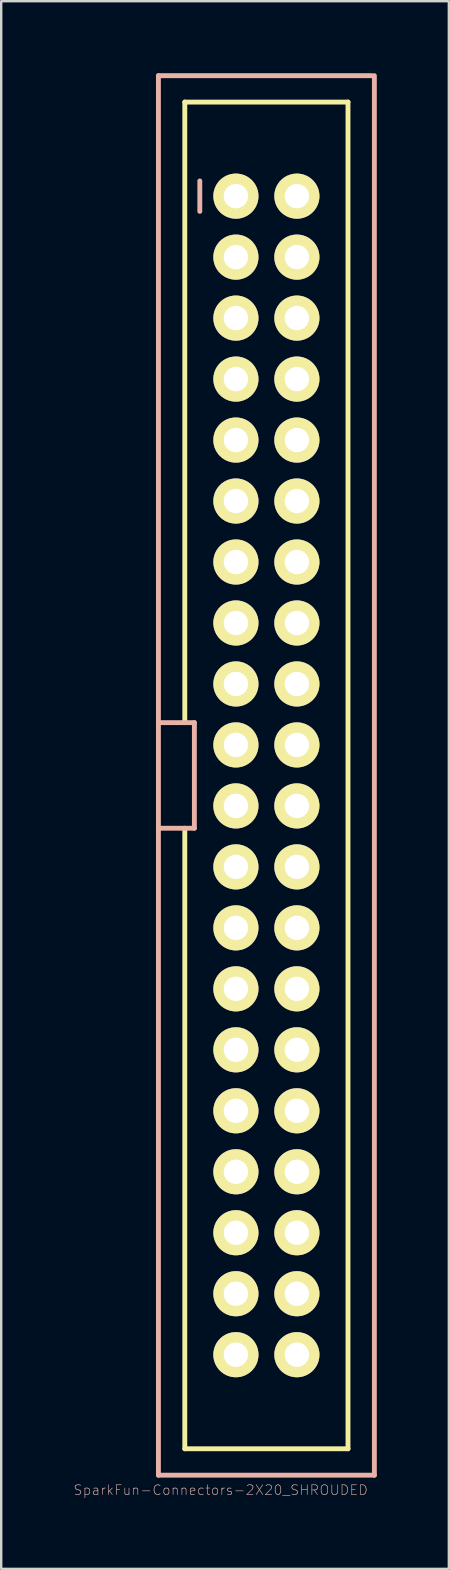
<source format=kicad_pcb>
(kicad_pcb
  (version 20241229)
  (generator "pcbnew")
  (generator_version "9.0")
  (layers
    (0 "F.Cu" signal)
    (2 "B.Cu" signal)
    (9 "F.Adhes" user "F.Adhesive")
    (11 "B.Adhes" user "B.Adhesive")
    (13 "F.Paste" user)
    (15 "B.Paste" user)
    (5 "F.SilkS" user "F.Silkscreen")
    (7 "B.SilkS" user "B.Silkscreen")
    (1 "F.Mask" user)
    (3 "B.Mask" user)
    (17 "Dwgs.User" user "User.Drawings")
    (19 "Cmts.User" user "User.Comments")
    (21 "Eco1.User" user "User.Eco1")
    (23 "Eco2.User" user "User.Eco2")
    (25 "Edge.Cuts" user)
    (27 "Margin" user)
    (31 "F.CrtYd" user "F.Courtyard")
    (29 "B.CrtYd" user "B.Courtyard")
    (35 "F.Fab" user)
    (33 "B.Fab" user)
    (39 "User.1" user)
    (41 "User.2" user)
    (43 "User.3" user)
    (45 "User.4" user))
  (footprint "SparkFun-Connectors-2X20_SHROUDED"
    (layer "F.Cu")
    (at 8.047 29.251)
    (property "Reference" "SparkFun-Connectors-2X20_SHROUDED" (at -1.905 29.769 0) (layer "B.SilkS") (effects (font (size 0.406 0.406) (thickness 0.025))))
    (attr exclude_from_pos_files exclude_from_bom)
    (fp_line (start -3.399 -28.049) (end -3.399 -2.2) (stroke (width 0.203) (type solid)) (layer "F.SilkS"))
    (fp_line (start -3.399 -28.049) (end 3.399 -28.049) (stroke (width 0.203) (type solid)) (layer "F.SilkS"))
    (fp_line (start -3.399 28.049) (end -3.399 2.2) (stroke (width 0.203) (type solid)) (layer "F.SilkS"))
    (fp_line (start -3.399 28.049) (end 3.399 28.049) (stroke (width 0.203) (type solid)) (layer "F.SilkS"))
    (fp_line (start -1.524 -24.384) (end -1.016 -24.384) (stroke (width 0.066) (type solid)) (layer "F.SilkS"))
    (fp_line (start -1.524 -23.876) (end -1.524 -24.384) (stroke (width 0.066) (type solid)) (layer "F.SilkS"))
    (fp_line (start -1.524 -23.876) (end -1.016 -23.876) (stroke (width 0.066) (type solid)) (layer "F.SilkS"))
    (fp_line (start -1.524 -21.844) (end -1.016 -21.844) (stroke (width 0.066) (type solid)) (layer "F.SilkS"))
    (fp_line (start -1.524 -21.336) (end -1.524 -21.844) (stroke (width 0.066) (type solid)) (layer "F.SilkS"))
    (fp_line (start -1.524 -21.336) (end -1.016 -21.336) (stroke (width 0.066) (type solid)) (layer "F.SilkS"))
    (fp_line (start -1.524 -19.304) (end -1.016 -19.304) (stroke (width 0.066) (type solid)) (layer "F.SilkS"))
    (fp_line (start -1.524 -18.796) (end -1.524 -19.304) (stroke (width 0.066) (type solid)) (layer "F.SilkS"))
    (fp_line (start -1.524 -18.796) (end -1.016 -18.796) (stroke (width 0.066) (type solid)) (layer "F.SilkS"))
    (fp_line (start -1.524 -16.764) (end -1.016 -16.764) (stroke (width 0.066) (type solid)) (layer "F.SilkS"))
    (fp_line (start -1.524 -16.764) (end -1.016 -16.764) (stroke (width 0.066) (type solid)) (layer "F.SilkS"))
    (fp_line (start -1.524 -16.256) (end -1.524 -16.764) (stroke (width 0.066) (type solid)) (layer "F.SilkS"))
    (fp_line (start -1.524 -16.256) (end -1.524 -16.764) (stroke (width 0.066) (type solid)) (layer "F.SilkS"))
    (fp_line (start -1.524 -16.256) (end -1.016 -16.256) (stroke (width 0.066) (type solid)) (layer "F.SilkS"))
    (fp_line (start -1.524 -16.256) (end -1.016 -16.256) (stroke (width 0.066) (type solid)) (layer "F.SilkS"))
    (fp_line (start -1.524 -14.224) (end -1.016 -14.224) (stroke (width 0.066) (type solid)) (layer "F.SilkS"))
    (fp_line (start -1.524 -13.716) (end -1.524 -14.224) (stroke (width 0.066) (type solid)) (layer "F.SilkS"))
    (fp_line (start -1.524 -13.716) (end -1.016 -13.716) (stroke (width 0.066) (type solid)) (layer "F.SilkS"))
    (fp_line (start -1.524 -11.684) (end -1.016 -11.684) (stroke (width 0.066) (type solid)) (layer "F.SilkS"))
    (fp_line (start -1.524 -11.176) (end -1.524 -11.684) (stroke (width 0.066) (type solid)) (layer "F.SilkS"))
    (fp_line (start -1.524 -11.176) (end -1.016 -11.176) (stroke (width 0.066) (type solid)) (layer "F.SilkS"))
    (fp_line (start -1.524 -9.144) (end -1.016 -9.144) (stroke (width 0.066) (type solid)) (layer "F.SilkS"))
    (fp_line (start -1.524 -8.636) (end -1.524 -9.144) (stroke (width 0.066) (type solid)) (layer "F.SilkS"))
    (fp_line (start -1.524 -8.636) (end -1.016 -8.636) (stroke (width 0.066) (type solid)) (layer "F.SilkS"))
    (fp_line (start -1.524 -6.604) (end -1.016 -6.604) (stroke (width 0.066) (type solid)) (layer "F.SilkS"))
    (fp_line (start -1.524 -6.096) (end -1.524 -6.604) (stroke (width 0.066) (type solid)) (layer "F.SilkS"))
    (fp_line (start -1.524 -6.096) (end -1.016 -6.096) (stroke (width 0.066) (type solid)) (layer "F.SilkS"))
    (fp_line (start -1.524 -4.064) (end -1.016 -4.064) (stroke (width 0.066) (type solid)) (layer "F.SilkS"))
    (fp_line (start -1.524 -4.064) (end -1.016 -4.064) (stroke (width 0.066) (type solid)) (layer "F.SilkS"))
    (fp_line (start -1.524 -3.556) (end -1.524 -4.064) (stroke (width 0.066) (type solid)) (layer "F.SilkS"))
    (fp_line (start -1.524 -3.556) (end -1.524 -4.064) (stroke (width 0.066) (type solid)) (layer "F.SilkS"))
    (fp_line (start -1.524 -3.556) (end -1.016 -3.556) (stroke (width 0.066) (type solid)) (layer "F.SilkS"))
    (fp_line (start -1.524 -3.556) (end -1.016 -3.556) (stroke (width 0.066) (type solid)) (layer "F.SilkS"))
    (fp_line (start -1.524 -1.524) (end -1.016 -1.524) (stroke (width 0.066) (type solid)) (layer "F.SilkS"))
    (fp_line (start -1.524 -1.016) (end -1.524 -1.524) (stroke (width 0.066) (type solid)) (layer "F.SilkS"))
    (fp_line (start -1.524 -1.016) (end -1.016 -1.016) (stroke (width 0.066) (type solid)) (layer "F.SilkS"))
    (fp_line (start -1.524 1.016) (end -1.016 1.016) (stroke (width 0.066) (type solid)) (layer "F.SilkS"))
    (fp_line (start -1.524 1.524) (end -1.524 1.016) (stroke (width 0.066) (type solid)) (layer "F.SilkS"))
    (fp_line (start -1.524 1.524) (end -1.016 1.524) (stroke (width 0.066) (type solid)) (layer "F.SilkS"))
    (fp_line (start -1.524 3.556) (end -1.016 3.556) (stroke (width 0.066) (type solid)) (layer "F.SilkS"))
    (fp_line (start -1.524 3.556) (end -1.016 3.556) (stroke (width 0.066) (type solid)) (layer "F.SilkS"))
    (fp_line (start -1.524 4.064) (end -1.524 3.556) (stroke (width 0.066) (type solid)) (layer "F.SilkS"))
    (fp_line (start -1.524 4.064) (end -1.524 3.556) (stroke (width 0.066) (type solid)) (layer "F.SilkS"))
    (fp_line (start -1.524 4.064) (end -1.016 4.064) (stroke (width 0.066) (type solid)) (layer "F.SilkS"))
    (fp_line (start -1.524 4.064) (end -1.016 4.064) (stroke (width 0.066) (type solid)) (layer "F.SilkS"))
    (fp_line (start -1.524 6.096) (end -1.016 6.096) (stroke (width 0.066) (type solid)) (layer "F.SilkS"))
    (fp_line (start -1.524 6.604) (end -1.524 6.096) (stroke (width 0.066) (type solid)) (layer "F.SilkS"))
    (fp_line (start -1.524 6.604) (end -1.016 6.604) (stroke (width 0.066) (type solid)) (layer "F.SilkS"))
    (fp_line (start -1.524 8.636) (end -1.016 8.636) (stroke (width 0.066) (type solid)) (layer "F.SilkS"))
    (fp_line (start -1.524 9.144) (end -1.524 8.636) (stroke (width 0.066) (type solid)) (layer "F.SilkS"))
    (fp_line (start -1.524 9.144) (end -1.016 9.144) (stroke (width 0.066) (type solid)) (layer "F.SilkS"))
    (fp_line (start -1.524 11.176) (end -1.016 11.176) (stroke (width 0.066) (type solid)) (layer "F.SilkS"))
    (fp_line (start -1.524 11.684) (end -1.524 11.176) (stroke (width 0.066) (type solid)) (layer "F.SilkS"))
    (fp_line (start -1.524 11.684) (end -1.016 11.684) (stroke (width 0.066) (type solid)) (layer "F.SilkS"))
    (fp_line (start -1.524 13.716) (end -1.016 13.716) (stroke (width 0.066) (type solid)) (layer "F.SilkS"))
    (fp_line (start -1.524 14.224) (end -1.524 13.716) (stroke (width 0.066) (type solid)) (layer "F.SilkS"))
    (fp_line (start -1.524 14.224) (end -1.016 14.224) (stroke (width 0.066) (type solid)) (layer "F.SilkS"))
    (fp_line (start -1.524 16.256) (end -1.016 16.256) (stroke (width 0.066) (type solid)) (layer "F.SilkS"))
    (fp_line (start -1.524 16.764) (end -1.524 16.256) (stroke (width 0.066) (type solid)) (layer "F.SilkS"))
    (fp_line (start -1.524 16.764) (end -1.016 16.764) (stroke (width 0.066) (type solid)) (layer "F.SilkS"))
    (fp_line (start -1.524 18.796) (end -1.016 18.796) (stroke (width 0.066) (type solid)) (layer "F.SilkS"))
    (fp_line (start -1.524 19.304) (end -1.524 18.796) (stroke (width 0.066) (type solid)) (layer "F.SilkS"))
    (fp_line (start -1.524 19.304) (end -1.016 19.304) (stroke (width 0.066) (type solid)) (layer "F.SilkS"))
    (fp_line (start -1.524 21.336) (end -1.016 21.336) (stroke (width 0.066) (type solid)) (layer "F.SilkS"))
    (fp_line (start -1.524 21.844) (end -1.524 21.336) (stroke (width 0.066) (type solid)) (layer "F.SilkS"))
    (fp_line (start -1.524 21.844) (end -1.016 21.844) (stroke (width 0.066) (type solid)) (layer "F.SilkS"))
    (fp_line (start -1.524 23.876) (end -1.016 23.876) (stroke (width 0.066) (type solid)) (layer "F.SilkS"))
    (fp_line (start -1.524 24.384) (end -1.524 23.876) (stroke (width 0.066) (type solid)) (layer "F.SilkS"))
    (fp_line (start -1.524 24.384) (end -1.016 24.384) (stroke (width 0.066) (type solid)) (layer "F.SilkS"))
    (fp_line (start -1.016 -23.876) (end -1.016 -24.384) (stroke (width 0.066) (type solid)) (layer "F.SilkS"))
    (fp_line (start -1.016 -21.336) (end -1.016 -21.844) (stroke (width 0.066) (type solid)) (layer "F.SilkS"))
    (fp_line (start -1.016 -18.796) (end -1.016 -19.304) (stroke (width 0.066) (type solid)) (layer "F.SilkS"))
    (fp_line (start -1.016 -16.256) (end -1.016 -16.764) (stroke (width 0.066) (type solid)) (layer "F.SilkS"))
    (fp_line (start -1.016 -16.256) (end -1.016 -16.764) (stroke (width 0.066) (type solid)) (layer "F.SilkS"))
    (fp_line (start -1.016 -13.716) (end -1.016 -14.224) (stroke (width 0.066) (type solid)) (layer "F.SilkS"))
    (fp_line (start -1.016 -11.176) (end -1.016 -11.684) (stroke (width 0.066) (type solid)) (layer "F.SilkS"))
    (fp_line (start -1.016 -8.636) (end -1.016 -9.144) (stroke (width 0.066) (type solid)) (layer "F.SilkS"))
    (fp_line (start -1.016 -6.096) (end -1.016 -6.604) (stroke (width 0.066) (type solid)) (layer "F.SilkS"))
    (fp_line (start -1.016 -3.556) (end -1.016 -4.064) (stroke (width 0.066) (type solid)) (layer "F.SilkS"))
    (fp_line (start -1.016 -3.556) (end -1.016 -4.064) (stroke (width 0.066) (type solid)) (layer "F.SilkS"))
    (fp_line (start -1.016 -1.016) (end -1.016 -1.524) (stroke (width 0.066) (type solid)) (layer "F.SilkS"))
    (fp_line (start -1.016 1.524) (end -1.016 1.016) (stroke (width 0.066) (type solid)) (layer "F.SilkS"))
    (fp_line (start -1.016 4.064) (end -1.016 3.556) (stroke (width 0.066) (type solid)) (layer "F.SilkS"))
    (fp_line (start -1.016 4.064) (end -1.016 3.556) (stroke (width 0.066) (type solid)) (layer "F.SilkS"))
    (fp_line (start -1.016 6.604) (end -1.016 6.096) (stroke (width 0.066) (type solid)) (layer "F.SilkS"))
    (fp_line (start -1.016 9.144) (end -1.016 8.636) (stroke (width 0.066) (type solid)) (layer "F.SilkS"))
    (fp_line (start -1.016 11.684) (end -1.016 11.176) (stroke (width 0.066) (type solid)) (layer "F.SilkS"))
    (fp_line (start -1.016 14.224) (end -1.016 13.716) (stroke (width 0.066) (type solid)) (layer "F.SilkS"))
    (fp_line (start -1.016 16.764) (end -1.016 16.256) (stroke (width 0.066) (type solid)) (layer "F.SilkS"))
    (fp_line (start -1.016 19.304) (end -1.016 18.796) (stroke (width 0.066) (type solid)) (layer "F.SilkS"))
    (fp_line (start -1.016 21.844) (end -1.016 21.336) (stroke (width 0.066) (type solid)) (layer "F.SilkS"))
    (fp_line (start -1.016 24.384) (end -1.016 23.876) (stroke (width 0.066) (type solid)) (layer "F.SilkS"))
    (fp_line (start 1.016 -24.384) (end 1.524 -24.384) (stroke (width 0.066) (type solid)) (layer "F.SilkS"))
    (fp_line (start 1.016 -23.876) (end 1.016 -24.384) (stroke (width 0.066) (type solid)) (layer "F.SilkS"))
    (fp_line (start 1.016 -23.876) (end 1.524 -23.876) (stroke (width 0.066) (type solid)) (layer "F.SilkS"))
    (fp_line (start 1.016 -21.844) (end 1.524 -21.844) (stroke (width 0.066) (type solid)) (layer "F.SilkS"))
    (fp_line (start 1.016 -21.336) (end 1.016 -21.844) (stroke (width 0.066) (type solid)) (layer "F.SilkS"))
    (fp_line (start 1.016 -21.336) (end 1.524 -21.336) (stroke (width 0.066) (type solid)) (layer "F.SilkS"))
    (fp_line (start 1.016 -19.304) (end 1.524 -19.304) (stroke (width 0.066) (type solid)) (layer "F.SilkS"))
    (fp_line (start 1.016 -18.796) (end 1.016 -19.304) (stroke (width 0.066) (type solid)) (layer "F.SilkS"))
    (fp_line (start 1.016 -18.796) (end 1.524 -18.796) (stroke (width 0.066) (type solid)) (layer "F.SilkS"))
    (fp_line (start 1.016 -16.764) (end 1.524 -16.764) (stroke (width 0.066) (type solid)) (layer "F.SilkS"))
    (fp_line (start 1.016 -16.764) (end 1.524 -16.764) (stroke (width 0.066) (type solid)) (layer "F.SilkS"))
    (fp_line (start 1.016 -16.256) (end 1.016 -16.764) (stroke (width 0.066) (type solid)) (layer "F.SilkS"))
    (fp_line (start 1.016 -16.256) (end 1.016 -16.764) (stroke (width 0.066) (type solid)) (layer "F.SilkS"))
    (fp_line (start 1.016 -16.256) (end 1.524 -16.256) (stroke (width 0.066) (type solid)) (layer "F.SilkS"))
    (fp_line (start 1.016 -16.256) (end 1.524 -16.256) (stroke (width 0.066) (type solid)) (layer "F.SilkS"))
    (fp_line (start 1.016 -14.224) (end 1.524 -14.224) (stroke (width 0.066) (type solid)) (layer "F.SilkS"))
    (fp_line (start 1.016 -13.716) (end 1.016 -14.224) (stroke (width 0.066) (type solid)) (layer "F.SilkS"))
    (fp_line (start 1.016 -13.716) (end 1.524 -13.716) (stroke (width 0.066) (type solid)) (layer "F.SilkS"))
    (fp_line (start 1.016 -11.684) (end 1.524 -11.684) (stroke (width 0.066) (type solid)) (layer "F.SilkS"))
    (fp_line (start 1.016 -11.176) (end 1.016 -11.684) (stroke (width 0.066) (type solid)) (layer "F.SilkS"))
    (fp_line (start 1.016 -11.176) (end 1.524 -11.176) (stroke (width 0.066) (type solid)) (layer "F.SilkS"))
    (fp_line (start 1.016 -9.144) (end 1.524 -9.144) (stroke (width 0.066) (type solid)) (layer "F.SilkS"))
    (fp_line (start 1.016 -8.636) (end 1.016 -9.144) (stroke (width 0.066) (type solid)) (layer "F.SilkS"))
    (fp_line (start 1.016 -8.636) (end 1.524 -8.636) (stroke (width 0.066) (type solid)) (layer "F.SilkS"))
    (fp_line (start 1.016 -6.604) (end 1.524 -6.604) (stroke (width 0.066) (type solid)) (layer "F.SilkS"))
    (fp_line (start 1.016 -6.096) (end 1.016 -6.604) (stroke (width 0.066) (type solid)) (layer "F.SilkS"))
    (fp_line (start 1.016 -6.096) (end 1.524 -6.096) (stroke (width 0.066) (type solid)) (layer "F.SilkS"))
    (fp_line (start 1.016 -4.064) (end 1.524 -4.064) (stroke (width 0.066) (type solid)) (layer "F.SilkS"))
    (fp_line (start 1.016 -4.064) (end 1.524 -4.064) (stroke (width 0.066) (type solid)) (layer "F.SilkS"))
    (fp_line (start 1.016 -3.556) (end 1.016 -4.064) (stroke (width 0.066) (type solid)) (layer "F.SilkS"))
    (fp_line (start 1.016 -3.556) (end 1.016 -4.064) (stroke (width 0.066) (type solid)) (layer "F.SilkS"))
    (fp_line (start 1.016 -3.556) (end 1.524 -3.556) (stroke (width 0.066) (type solid)) (layer "F.SilkS"))
    (fp_line (start 1.016 -3.556) (end 1.524 -3.556) (stroke (width 0.066) (type solid)) (layer "F.SilkS"))
    (fp_line (start 1.016 -1.524) (end 1.524 -1.524) (stroke (width 0.066) (type solid)) (layer "F.SilkS"))
    (fp_line (start 1.016 -1.016) (end 1.016 -1.524) (stroke (width 0.066) (type solid)) (layer "F.SilkS"))
    (fp_line (start 1.016 -1.016) (end 1.524 -1.016) (stroke (width 0.066) (type solid)) (layer "F.SilkS"))
    (fp_line (start 1.016 1.016) (end 1.524 1.016) (stroke (width 0.066) (type solid)) (layer "F.SilkS"))
    (fp_line (start 1.016 1.524) (end 1.016 1.016) (stroke (width 0.066) (type solid)) (layer "F.SilkS"))
    (fp_line (start 1.016 1.524) (end 1.524 1.524) (stroke (width 0.066) (type solid)) (layer "F.SilkS"))
    (fp_line (start 1.016 3.556) (end 1.524 3.556) (stroke (width 0.066) (type solid)) (layer "F.SilkS"))
    (fp_line (start 1.016 3.556) (end 1.524 3.556) (stroke (width 0.066) (type solid)) (layer "F.SilkS"))
    (fp_line (start 1.016 4.064) (end 1.016 3.556) (stroke (width 0.066) (type solid)) (layer "F.SilkS"))
    (fp_line (start 1.016 4.064) (end 1.016 3.556) (stroke (width 0.066) (type solid)) (layer "F.SilkS"))
    (fp_line (start 1.016 4.064) (end 1.524 4.064) (stroke (width 0.066) (type solid)) (layer "F.SilkS"))
    (fp_line (start 1.016 4.064) (end 1.524 4.064) (stroke (width 0.066) (type solid)) (layer "F.SilkS"))
    (fp_line (start 1.016 6.096) (end 1.524 6.096) (stroke (width 0.066) (type solid)) (layer "F.SilkS"))
    (fp_line (start 1.016 6.604) (end 1.016 6.096) (stroke (width 0.066) (type solid)) (layer "F.SilkS"))
    (fp_line (start 1.016 6.604) (end 1.524 6.604) (stroke (width 0.066) (type solid)) (layer "F.SilkS"))
    (fp_line (start 1.016 8.636) (end 1.524 8.636) (stroke (width 0.066) (type solid)) (layer "F.SilkS"))
    (fp_line (start 1.016 9.144) (end 1.016 8.636) (stroke (width 0.066) (type solid)) (layer "F.SilkS"))
    (fp_line (start 1.016 9.144) (end 1.524 9.144) (stroke (width 0.066) (type solid)) (layer "F.SilkS"))
    (fp_line (start 1.016 11.176) (end 1.524 11.176) (stroke (width 0.066) (type solid)) (layer "F.SilkS"))
    (fp_line (start 1.016 11.684) (end 1.016 11.176) (stroke (width 0.066) (type solid)) (layer "F.SilkS"))
    (fp_line (start 1.016 11.684) (end 1.524 11.684) (stroke (width 0.066) (type solid)) (layer "F.SilkS"))
    (fp_line (start 1.016 13.716) (end 1.524 13.716) (stroke (width 0.066) (type solid)) (layer "F.SilkS"))
    (fp_line (start 1.016 14.224) (end 1.016 13.716) (stroke (width 0.066) (type solid)) (layer "F.SilkS"))
    (fp_line (start 1.016 14.224) (end 1.524 14.224) (stroke (width 0.066) (type solid)) (layer "F.SilkS"))
    (fp_line (start 1.016 16.256) (end 1.524 16.256) (stroke (width 0.066) (type solid)) (layer "F.SilkS"))
    (fp_line (start 1.016 16.764) (end 1.016 16.256) (stroke (width 0.066) (type solid)) (layer "F.SilkS"))
    (fp_line (start 1.016 16.764) (end 1.524 16.764) (stroke (width 0.066) (type solid)) (layer "F.SilkS"))
    (fp_line (start 1.016 18.796) (end 1.524 18.796) (stroke (width 0.066) (type solid)) (layer "F.SilkS"))
    (fp_line (start 1.016 19.304) (end 1.016 18.796) (stroke (width 0.066) (type solid)) (layer "F.SilkS"))
    (fp_line (start 1.016 19.304) (end 1.524 19.304) (stroke (width 0.066) (type solid)) (layer "F.SilkS"))
    (fp_line (start 1.016 21.336) (end 1.524 21.336) (stroke (width 0.066) (type solid)) (layer "F.SilkS"))
    (fp_line (start 1.016 21.844) (end 1.016 21.336) (stroke (width 0.066) (type solid)) (layer "F.SilkS"))
    (fp_line (start 1.016 21.844) (end 1.524 21.844) (stroke (width 0.066) (type solid)) (layer "F.SilkS"))
    (fp_line (start 1.016 23.876) (end 1.524 23.876) (stroke (width 0.066) (type solid)) (layer "F.SilkS"))
    (fp_line (start 1.016 24.384) (end 1.016 23.876) (stroke (width 0.066) (type solid)) (layer "F.SilkS"))
    (fp_line (start 1.016 24.384) (end 1.524 24.384) (stroke (width 0.066) (type solid)) (layer "F.SilkS"))
    (fp_line (start 1.524 -23.876) (end 1.524 -24.384) (stroke (width 0.066) (type solid)) (layer "F.SilkS"))
    (fp_line (start 1.524 -21.336) (end 1.524 -21.844) (stroke (width 0.066) (type solid)) (layer "F.SilkS"))
    (fp_line (start 1.524 -18.796) (end 1.524 -19.304) (stroke (width 0.066) (type solid)) (layer "F.SilkS"))
    (fp_line (start 1.524 -16.256) (end 1.524 -16.764) (stroke (width 0.066) (type solid)) (layer "F.SilkS"))
    (fp_line (start 1.524 -16.256) (end 1.524 -16.764) (stroke (width 0.066) (type solid)) (layer "F.SilkS"))
    (fp_line (start 1.524 -13.716) (end 1.524 -14.224) (stroke (width 0.066) (type solid)) (layer "F.SilkS"))
    (fp_line (start 1.524 -11.176) (end 1.524 -11.684) (stroke (width 0.066) (type solid)) (layer "F.SilkS"))
    (fp_line (start 1.524 -8.636) (end 1.524 -9.144) (stroke (width 0.066) (type solid)) (layer "F.SilkS"))
    (fp_line (start 1.524 -6.096) (end 1.524 -6.604) (stroke (width 0.066) (type solid)) (layer "F.SilkS"))
    (fp_line (start 1.524 -3.556) (end 1.524 -4.064) (stroke (width 0.066) (type solid)) (layer "F.SilkS"))
    (fp_line (start 1.524 -3.556) (end 1.524 -4.064) (stroke (width 0.066) (type solid)) (layer "F.SilkS"))
    (fp_line (start 1.524 -1.016) (end 1.524 -1.524) (stroke (width 0.066) (type solid)) (layer "F.SilkS"))
    (fp_line (start 1.524 1.524) (end 1.524 1.016) (stroke (width 0.066) (type solid)) (layer "F.SilkS"))
    (fp_line (start 1.524 4.064) (end 1.524 3.556) (stroke (width 0.066) (type solid)) (layer "F.SilkS"))
    (fp_line (start 1.524 4.064) (end 1.524 3.556) (stroke (width 0.066) (type solid)) (layer "F.SilkS"))
    (fp_line (start 1.524 6.604) (end 1.524 6.096) (stroke (width 0.066) (type solid)) (layer "F.SilkS"))
    (fp_line (start 1.524 9.144) (end 1.524 8.636) (stroke (width 0.066) (type solid)) (layer "F.SilkS"))
    (fp_line (start 1.524 11.684) (end 1.524 11.176) (stroke (width 0.066) (type solid)) (layer "F.SilkS"))
    (fp_line (start 1.524 14.224) (end 1.524 13.716) (stroke (width 0.066) (type solid)) (layer "F.SilkS"))
    (fp_line (start 1.524 16.764) (end 1.524 16.256) (stroke (width 0.066) (type solid)) (layer "F.SilkS"))
    (fp_line (start 1.524 19.304) (end 1.524 18.796) (stroke (width 0.066) (type solid)) (layer "F.SilkS"))
    (fp_line (start 1.524 21.844) (end 1.524 21.336) (stroke (width 0.066) (type solid)) (layer "F.SilkS"))
    (fp_line (start 1.524 24.384) (end 1.524 23.876) (stroke (width 0.066) (type solid)) (layer "F.SilkS"))
    (fp_line (start 3.399 -28.049) (end 3.399 28.049) (stroke (width 0.203) (type solid)) (layer "F.SilkS"))
    (fp_line (start -4.498 -29.149) (end 4.399 -29.149) (stroke (width 0.203) (type solid)) (layer "B.SilkS"))
    (fp_line (start -4.498 -2.2) (end -3 -2.2) (stroke (width 0.203) (type solid)) (layer "B.SilkS"))
    (fp_line (start -4.498 29.149) (end -4.498 -29.149) (stroke (width 0.203) (type solid)) (layer "B.SilkS"))
    (fp_line (start -3 -2.2) (end -3 2.2) (stroke (width 0.203) (type solid)) (layer "B.SilkS"))
    (fp_line (start -3 2.2) (end -4.498 2.2) (stroke (width 0.203) (type solid)) (layer "B.SilkS"))
    (fp_line (start -2.774 -24.765) (end -2.774 -23.495) (stroke (width 0.203) (type solid)) (layer "B.SilkS"))
    (fp_line (start 4.498 -29.149) (end 4.498 29.149) (stroke (width 0.203) (type solid)) (layer "B.SilkS"))
    (fp_line (start 4.498 29.149) (end -4.498 29.149) (stroke (width 0.203) (type solid)) (layer "B.SilkS"))
    (pad "1" thru_hole circle (at -1.27 -24.13) (size 1.88 1.88) (drill 1.016) (layers "*.Cu" "F.Mask" "F.SilkS" "F.Paste"))
    (pad "2" thru_hole circle (at 1.27 -24.13) (size 1.88 1.88) (drill 1.016) (layers "*.Cu" "F.Mask" "F.SilkS" "F.Paste"))
    (pad "3" thru_hole circle (at -1.27 -21.59) (size 1.88 1.88) (drill 1.016) (layers "*.Cu" "F.Mask" "F.SilkS" "F.Paste"))
    (pad "4" thru_hole circle (at 1.27 -21.59) (size 1.88 1.88) (drill 1.016) (layers "*.Cu" "F.Mask" "F.SilkS" "F.Paste"))
    (pad "5" thru_hole circle (at -1.27 -19.05) (size 1.88 1.88) (drill 1.016) (layers "*.Cu" "F.Mask" "F.SilkS" "F.Paste"))
    (pad "6" thru_hole circle (at 1.27 -19.05) (size 1.88 1.88) (drill 1.016) (layers "*.Cu" "F.Mask" "F.SilkS" "F.Paste"))
    (pad "7" thru_hole circle (at -1.27 -16.51) (size 1.88 1.88) (drill 1.016) (layers "*.Cu" "F.Mask" "F.SilkS" "F.Paste"))
    (pad "8" thru_hole circle (at 1.27 -16.51) (size 1.88 1.88) (drill 1.016) (layers "*.Cu" "F.Mask" "F.SilkS" "F.Paste"))
    (pad "9" thru_hole circle (at -1.27 -13.97) (size 1.88 1.88) (drill 1.016) (layers "*.Cu" "F.Mask" "F.SilkS" "F.Paste"))
    (pad "10" thru_hole circle (at 1.27 -13.97) (size 1.88 1.88) (drill 1.016) (layers "*.Cu" "F.Mask" "F.SilkS" "F.Paste"))
    (pad "11" thru_hole circle (at -1.27 -11.43) (size 1.88 1.88) (drill 1.016) (layers "*.Cu" "F.Mask" "F.SilkS" "F.Paste"))
    (pad "12" thru_hole circle (at 1.27 -11.43) (size 1.88 1.88) (drill 1.016) (layers "*.Cu" "F.Mask" "F.SilkS" "F.Paste"))
    (pad "13" thru_hole circle (at -1.27 -8.89) (size 1.88 1.88) (drill 1.016) (layers "*.Cu" "F.Mask" "F.SilkS" "F.Paste"))
    (pad "14" thru_hole circle (at 1.27 -8.89) (size 1.88 1.88) (drill 1.016) (layers "*.Cu" "F.Mask" "F.SilkS" "F.Paste"))
    (pad "15" thru_hole circle (at -1.27 -6.35) (size 1.88 1.88) (drill 1.016) (layers "*.Cu" "F.Mask" "F.SilkS" "F.Paste"))
    (pad "16" thru_hole circle (at 1.27 -6.35) (size 1.88 1.88) (drill 1.016) (layers "*.Cu" "F.Mask" "F.SilkS" "F.Paste"))
    (pad "17" thru_hole circle (at -1.27 -3.81) (size 1.88 1.88) (drill 1.016) (layers "*.Cu" "F.Mask" "F.SilkS" "F.Paste"))
    (pad "18" thru_hole circle (at 1.27 -3.81) (size 1.88 1.88) (drill 1.016) (layers "*.Cu" "F.Mask" "F.SilkS" "F.Paste"))
    (pad "19" thru_hole circle (at -1.27 -1.27) (size 1.88 1.88) (drill 1.016) (layers "*.Cu" "F.Mask" "F.SilkS" "F.Paste"))
    (pad "20" thru_hole circle (at 1.27 -1.27) (size 1.88 1.88) (drill 1.016) (layers "*.Cu" "F.Mask" "F.SilkS" "F.Paste"))
    (pad "21" thru_hole circle (at -1.27 1.27) (size 1.88 1.88) (drill 1.016) (layers "*.Cu" "F.Mask" "F.SilkS" "F.Paste"))
    (pad "22" thru_hole circle (at 1.27 1.27) (size 1.88 1.88) (drill 1.016) (layers "*.Cu" "F.Mask" "F.SilkS" "F.Paste"))
    (pad "23" thru_hole circle (at -1.27 3.81) (size 1.88 1.88) (drill 1.016) (layers "*.Cu" "F.Mask" "F.SilkS" "F.Paste"))
    (pad "24" thru_hole circle (at 1.27 3.81) (size 1.88 1.88) (drill 1.016) (layers "*.Cu" "F.Mask" "F.SilkS" "F.Paste"))
    (pad "25" thru_hole circle (at -1.27 6.35) (size 1.88 1.88) (drill 1.016) (layers "*.Cu" "F.Mask" "F.SilkS" "F.Paste"))
    (pad "26" thru_hole circle (at 1.27 6.35) (size 1.88 1.88) (drill 1.016) (layers "*.Cu" "F.Mask" "F.SilkS" "F.Paste"))
    (pad "27" thru_hole circle (at -1.27 8.89) (size 1.88 1.88) (drill 1.016) (layers "*.Cu" "F.Mask" "F.SilkS" "F.Paste"))
    (pad "28" thru_hole circle (at 1.27 8.89) (size 1.88 1.88) (drill 1.016) (layers "*.Cu" "F.Mask" "F.SilkS" "F.Paste"))
    (pad "29" thru_hole circle (at -1.27 11.43) (size 1.88 1.88) (drill 1.016) (layers "*.Cu" "F.Mask" "F.SilkS" "F.Paste"))
    (pad "30" thru_hole circle (at 1.27 11.43) (size 1.88 1.88) (drill 1.016) (layers "*.Cu" "F.Mask" "F.SilkS" "F.Paste"))
    (pad "31" thru_hole circle (at -1.27 13.97) (size 1.88 1.88) (drill 1.016) (layers "*.Cu" "F.Mask" "F.SilkS" "F.Paste"))
    (pad "32" thru_hole circle (at 1.27 13.97) (size 1.88 1.88) (drill 1.016) (layers "*.Cu" "F.Mask" "F.SilkS" "F.Paste"))
    (pad "33" thru_hole circle (at -1.27 16.51) (size 1.88 1.88) (drill 1.016) (layers "*.Cu" "F.Mask" "F.SilkS" "F.Paste"))
    (pad "34" thru_hole circle (at 1.27 16.51) (size 1.88 1.88) (drill 1.016) (layers "*.Cu" "F.Mask" "F.SilkS" "F.Paste"))
    (pad "35" thru_hole circle (at -1.27 19.05) (size 1.88 1.88) (drill 1.016) (layers "*.Cu" "F.Mask" "F.SilkS" "F.Paste"))
    (pad "36" thru_hole circle (at 1.27 19.05) (size 1.88 1.88) (drill 1.016) (layers "*.Cu" "F.Mask" "F.SilkS" "F.Paste"))
    (pad "37" thru_hole circle (at -1.27 21.59) (size 1.88 1.88) (drill 1.016) (layers "*.Cu" "F.Mask" "F.SilkS" "F.Paste"))
    (pad "38" thru_hole circle (at 1.27 21.59) (size 1.88 1.88) (drill 1.016) (layers "*.Cu" "F.Mask" "F.SilkS" "F.Paste"))
    (pad "39" thru_hole circle (at -1.27 24.13) (size 1.88 1.88) (drill 1.016) (layers "*.Cu" "F.Mask" "F.SilkS" "F.Paste"))
    (pad "40" thru_hole circle (at 1.27 24.13) (size 1.88 1.88) (drill 1.016) (layers "*.Cu" "F.Mask" "F.SilkS" "F.Paste")))
  (gr_rect
    (start -3 -3)
    (end 15.647 62.302)
    (stroke (width 0.1) (type default))
    (fill no)
    (layer "Edge.Cuts")))
</source>
